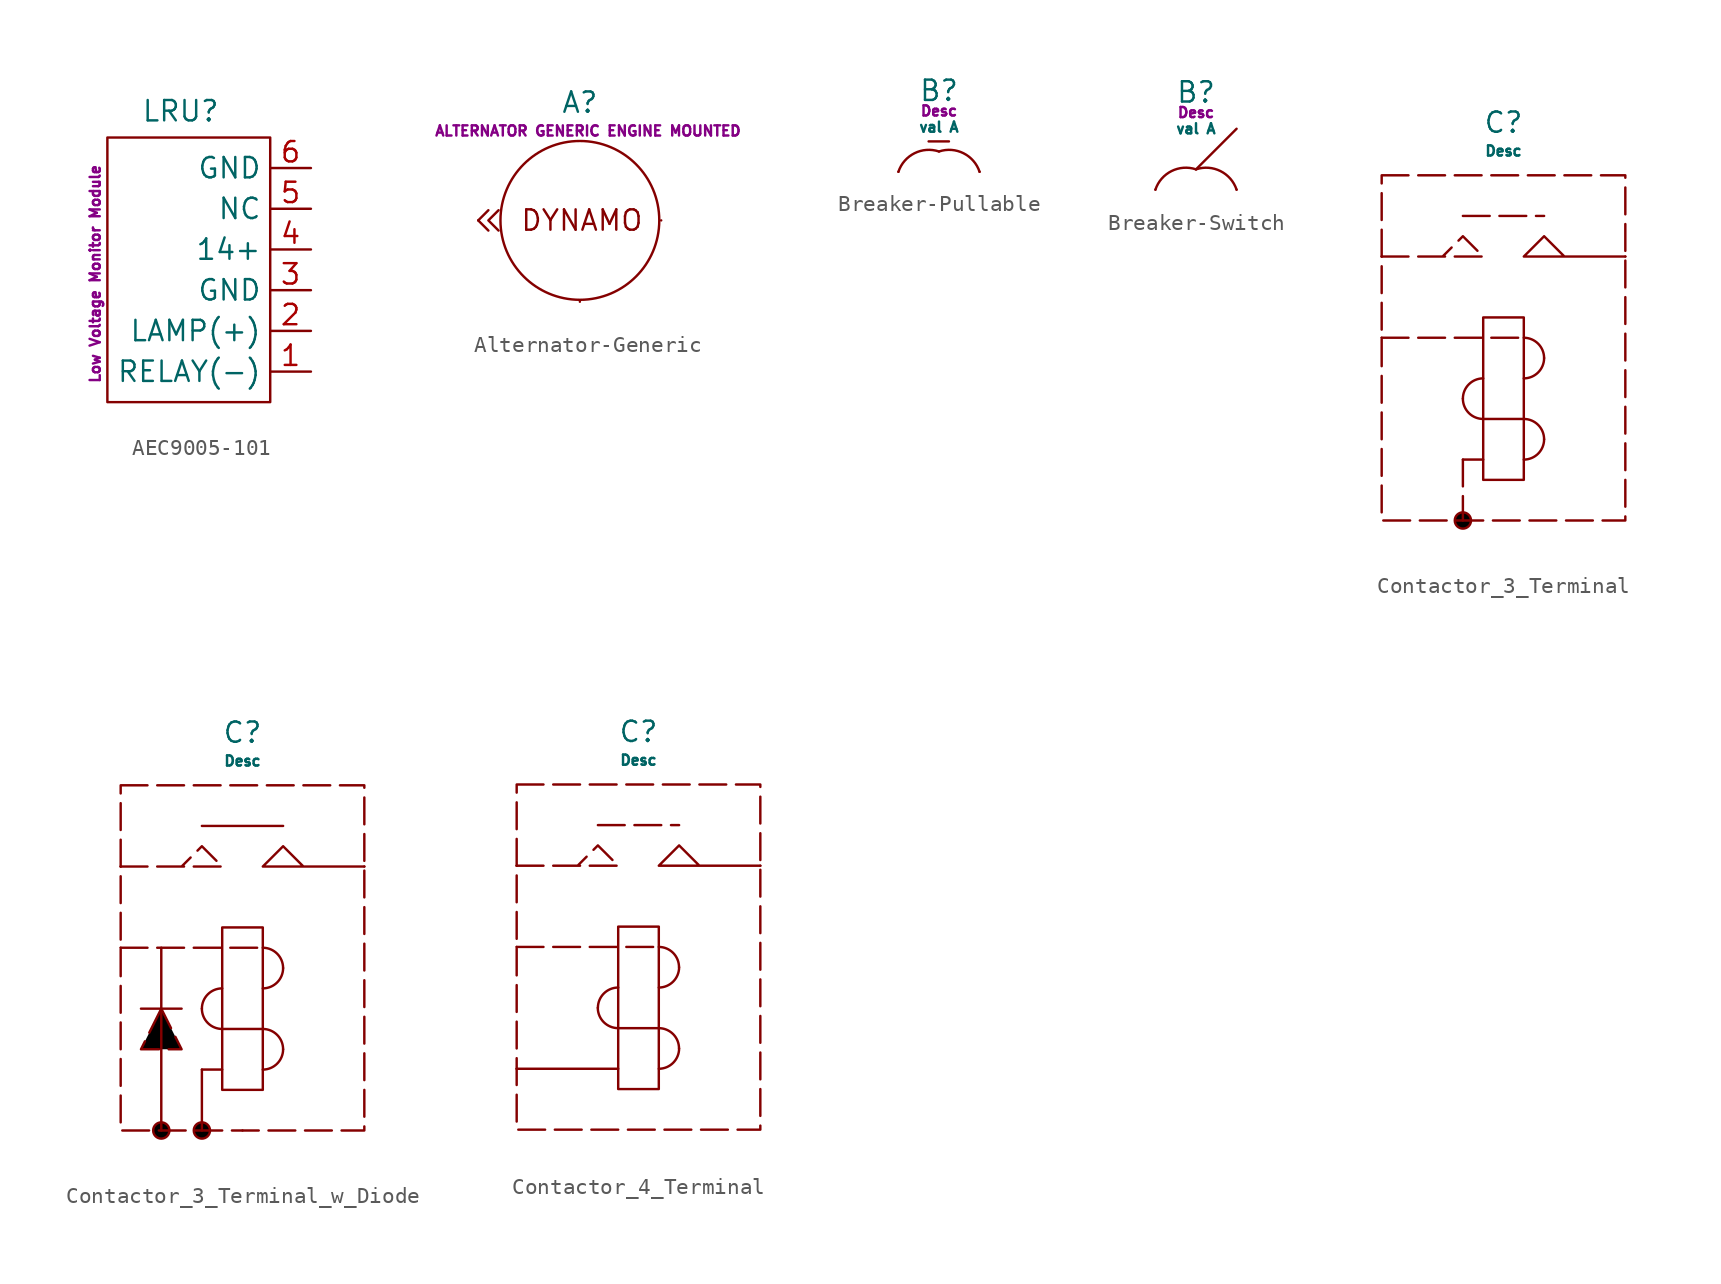
<source format=kicad_sym>
(kicad_symbol_lib
  (version 20231120)
  (generator "kicad_symbol_editor")
  (generator_version "8.0")
  (symbol "AEC9005-101"
    (property "Reference" "LRU"
      (at -0.508 9.906 0)
      (do_not_autoplace)
      (effects (font (size 1.27 1.27))))
    (property "Description" "Low Voltage Monitor Module"
      (at -5.842 -0.254 90)
      (do_not_autoplace)
      (effects (font (size 0.635 0.635))))
    (symbol "AEC9005-101_0_1"
      (rectangle (start -5.08 8.255) (end 5.08 -8.255) (stroke (width 0) (type default)) (fill (type none))))
    (symbol "AEC9005-101_1_1"
      (pin passive line (at 7.62 -6.35 180) (length 2.54) (name "RELAY(-)" (effects (font (size 1.27 1.27)))) (number "1" (effects (font (size 1.27 1.27)))))
      (pin passive line (at 7.62 -3.81 180) (length 2.54) (name "LAMP(+)" (effects (font (size 1.27 1.27)))) (number "2" (effects (font (size 1.27 1.27)))))
      (pin passive line (at 7.62 -1.27 180) (length 2.54) (name "GND" (effects (font (size 1.27 1.27)))) (number "3" (effects (font (size 1.27 1.27)))))
      (pin passive line (at 7.62 1.27 180) (length 2.54) (name "14+" (effects (font (size 1.27 1.27)))) (number "4" (effects (font (size 1.27 1.27)))))
      (pin passive line (at 7.62 3.81 180) (length 2.54) (name "NC" (effects (font (size 1.27 1.27)))) (number "5" (effects (font (size 1.27 1.27)))))
      (pin passive line (at 7.62 6.35 180) (length 2.54) (name "GND" (effects (font (size 1.27 1.27)))) (number "6" (effects (font (size 1.27 1.27)))))))
  (symbol "Alternator-Generic"
    (pin_numbers hide)
    (pin_names hide)
    (property "Reference" "A"
      (at 0 7.366 0)
      (do_not_autoplace)
      (effects (font (size 1.27 1.27))))
    (property "Description" "ALTERNATOR GENERIC ENGINE MOUNTED"
      (at 0.508 5.588 0)
      (do_not_autoplace)
      (effects (font (size 0.635 0.635))))
    (symbol "Alternator-Generic_0_1"
      (polyline (pts (xy -5.715 0.635) (xy -6.35 0) (xy -5.715 -0.635)) (stroke (width 0) (type default)) (fill (type none)))
      (polyline (pts (xy -5.08 0.635) (xy -5.715 0) (xy -5.08 -0.635)) (stroke (width 0) (type default)) (fill (type none))))
    (symbol "Alternator-Generic_1_1"
      (circle (center 0 0) (radius 4.96) (stroke (width 0) (type default)) (fill (type none)))
      (text "DYNAMO" (at 0.127 0 0) (effects (font (size 1.27 1.27))))
      (pin passive line (at -6.35 0 0) (length 0) (name "FIELD" (effects (font (size 1.27 1.27)))) (number "" (effects (font (size 1.27 1.27)))))
      (pin passive line (at 0 -5.08 90) (length 0) (name "GND" (effects (font (size 1.27 1.27)))) (number "" (effects (font (size 1.27 1.27)))))
      (pin passive line (at 5.08 0 180) (length 0) (name "OUTPUT" (effects (font (size 1.27 1.27)))) (number "" (effects (font (size 1.27 1.27)))))))
  (symbol "Breaker-Pullable"
    (pin_numbers hide)
    (pin_names hide)
    (property "Reference" "B"
      (at 0 5.08 0)
      (do_not_autoplace)
      (effects (font (size 1.27 1.27))))
    (property "Value" "val A"
      (at 0 2.794 0)
      (do_not_autoplace)
      (effects (font (size 0.635 0.635))))
    (property "Description" "Desc"
      (at 0 3.81 0)
      (do_not_autoplace)
      (effects (font (size 0.635 0.635))))
    (symbol "Breaker-Pullable_0_1"
      (polyline (pts (xy -0.649 1.902) (xy 0.621 1.902)) (stroke (width 0) (type default)) (fill (type none)))
      (arc (start 0 1.27) (mid -1.533 1.1611) (end -2.54 0) (stroke (width 0) (type default)) (fill (type none)))
      (arc (start 2.54 0) (mid 1.533 1.1611) (end 0 1.27) (stroke (width 0) (type default)) (fill (type none))))
    (symbol "Breaker-Pullable_1_1"
      (pin passive line (at -2.54 0 0) (length 0) (name "Conn" (effects (font (size 1.27 1.27)))) (number "1" (effects (font (size 1.27 1.27)))))
      (pin passive line (at 2.54 0 180) (length 0) (name "" (effects (font (size 1.27 1.27)))) (number "2" (effects (font (size 1.27 1.27)))))))
  (symbol "Breaker-Switch"
    (pin_numbers hide)
    (pin_names hide)
    (property "Reference" "B"
      (at 0 6.096 0)
      (do_not_autoplace)
      (effects (font (size 1.27 1.27))))
    (property "Value" "val A"
      (at 0 3.81 0)
      (do_not_autoplace)
      (effects (font (size 0.635 0.635))))
    (property "Description" "Desc"
      (at 0 4.826 0)
      (do_not_autoplace)
      (effects (font (size 0.635 0.635))))
    (symbol "Breaker-Switch_0_1"
      (polyline (pts (xy 0 1.27) (xy 2.54 3.81)) (stroke (width 0) (type default)) (fill (type none)))
      (arc (start 0 1.27) (mid -1.533 1.1611) (end -2.54 0) (stroke (width 0) (type default)) (fill (type none)))
      (arc (start 2.54 0) (mid 1.533 1.1611) (end 0 1.27) (stroke (width 0) (type default)) (fill (type none))))
    (symbol "Breaker-Switch_1_1"
      (pin passive line (at -2.54 0 0) (length 0) (name "Conn" (effects (font (size 1.27 1.27)))) (number "1" (effects (font (size 1.27 1.27)))))
      (pin passive line (at 2.54 0 180) (length 0) (name "" (effects (font (size 1.27 1.27)))) (number "2" (effects (font (size 1.27 1.27)))))))
  (symbol "Contactor_3_Terminal"
    (property "Reference" "C"
      (at 0 14.732 0)
      (do_not_autoplace)
      (effects (font (size 1.27 1.27))))
    (property "Value" "Desc"
      (at 0 12.954 0)
      (do_not_autoplace)
      (effects (font (size 0.635 0.635))))
    (symbol "Contactor_3_Terminal_1_1"
      (rectangle (start -7.62 11.43) (end 7.62 -10.16) (stroke (width 0) (type dash)) (fill (type none)))
      (circle (center -2.54 -10.16) (radius 0.508) (stroke (width 0) (type default)) (fill (type color) (color 0 0 0 1)))
      (arc (start -2.54 -2.54) (mid -2.168 -3.438) (end -1.27 -3.81) (stroke (width 0) (type default)) (fill (type none)))
      (arc (start -1.27 -1.27) (mid -2.168 -1.642) (end -2.54 -2.54) (stroke (width 0) (type default)) (fill (type none)))
      (rectangle (start -1.27 2.54) (end 1.27 -7.62) (stroke (width 0) (type default)) (fill (type none)))
      (polyline (pts (xy -7.62 1.27) (xy 1.27 1.27)) (stroke (width 0) (type default)) (fill (type none)))
      (polyline (pts (xy -2.54 -6.35) (xy -2.54 -10.16)) (stroke (width 0) (type default)) (fill (type none)))
      (polyline (pts (xy -2.54 8.89) (xy 2.54 8.89)) (stroke (width 0) (type default)) (fill (type none)))
      (polyline (pts (xy -1.27 -6.35) (xy -2.54 -6.35)) (stroke (width 0) (type default)) (fill (type none)))
      (polyline (pts (xy -1.27 -3.81) (xy 1.27 -3.81)) (stroke (width 0) (type default)) (fill (type none)))
      (polyline (pts (xy -7.62 6.35) (xy -1.27 6.35) (xy -2.54 7.62) (xy -3.81 6.35)) (stroke (width 0) (type default)) (fill (type none)))
      (polyline (pts (xy 7.62 6.35) (xy 1.27 6.35) (xy 2.54 7.62) (xy 3.81 6.35)) (stroke (width 0) (type default)) (fill (type none)))
      (arc (start 1.27 -6.35) (mid 2.168 -5.978) (end 2.54 -5.08) (stroke (width 0) (type default)) (fill (type none)))
      (arc (start 1.27 -1.27) (mid 2.168 -0.898) (end 2.54 0) (stroke (width 0) (type default)) (fill (type none)))
      (arc (start 2.54 -5.08) (mid 2.168 -4.182) (end 1.27 -3.81) (stroke (width 0) (type default)) (fill (type none)))
      (arc (start 2.54 0) (mid 2.168 0.898) (end 1.27 1.27) (stroke (width 0) (type default)) (fill (type none)))
      (pin passive line (at -7.62 1.27 0) (length 0) (name "" (effects (font (size 1.27 1.27)))) (number "" (effects (font (size 1.27 1.27)))))
      (pin passive line (at -7.62 6.35 0) (length 0) (name "" (effects (font (size 1.27 1.27)))) (number "" (effects (font (size 1.27 1.27)))))
      (pin passive line (at 7.62 6.35 180) (length 0) (name "" (effects (font (size 1.27 1.27)))) (number "" (effects (font (size 1.27 1.27)))))))
  (symbol "Contactor_3_Terminal_w_Diode"
    (property "Reference" "C"
      (at 0 14.732 0)
      (do_not_autoplace)
      (effects (font (size 1.27 1.27))))
    (property "Value" "Desc"
      (at 0 12.954 0)
      (do_not_autoplace)
      (effects (font (size 0.635 0.635))))
    (symbol "Contactor_3_Terminal_w_Diode_0_1"
      (polyline (pts (xy -6.35 -2.54) (xy -3.81 -2.54)) (stroke (width 0) (type default)) (fill (type none)))
      (polyline (pts (xy -5.08 -10.16) (xy -5.08 1.27)) (stroke (width 0) (type default)) (fill (type none))))
    (symbol "Contactor_3_Terminal_w_Diode_1_1"
      (rectangle (start -7.62 11.43) (end 7.62 -10.16) (stroke (width 0) (type dash)) (fill (type none)))
      (circle (center -5.08 -10.16) (radius 0.508) (stroke (width 0) (type default)) (fill (type color) (color 0 0 0 1)))
      (circle (center -2.54 -10.16) (radius 0.508) (stroke (width 0) (type default)) (fill (type color) (color 0 0 0 1)))
      (arc (start -2.54 -2.54) (mid -2.168 -3.438) (end -1.27 -3.81) (stroke (width 0) (type default)) (fill (type none)))
      (arc (start -1.27 -1.27) (mid -2.168 -1.642) (end -2.54 -2.54) (stroke (width 0) (type default)) (fill (type none)))
      (rectangle (start -1.27 2.54) (end 1.27 -7.62) (stroke (width 0) (type default)) (fill (type none)))
      (polyline (pts (xy -7.62 1.27) (xy 1.27 1.27)) (stroke (width 0) (type default)) (fill (type none)))
      (polyline (pts (xy -2.54 -6.35) (xy -2.54 -10.16)) (stroke (width 0) (type default)) (fill (type none)))
      (polyline (pts (xy -2.54 8.89) (xy 2.54 8.89)) (stroke (width 0) (type default)) (fill (type none)))
      (polyline (pts (xy -1.27 -6.35) (xy -2.54 -6.35)) (stroke (width 0) (type default)) (fill (type none)))
      (polyline (pts (xy -1.27 -3.81) (xy 1.27 -3.81)) (stroke (width 0) (type default)) (fill (type none)))
      (polyline (pts (xy -7.62 6.35) (xy -1.27 6.35) (xy -2.54 7.62) (xy -3.81 6.35)) (stroke (width 0) (type default)) (fill (type none)))
      (polyline (pts (xy -5.08 -2.54) (xy -6.35 -5.08) (xy -3.81 -5.08) (xy -5.08 -2.54)) (stroke (width 0) (type default)) (fill (type color) (color 0 0 0 1)))
      (polyline (pts (xy 7.62 6.35) (xy 1.27 6.35) (xy 2.54 7.62) (xy 3.81 6.35)) (stroke (width 0) (type default)) (fill (type none)))
      (arc (start 1.27 -6.35) (mid 2.168 -5.978) (end 2.54 -5.08) (stroke (width 0) (type default)) (fill (type none)))
      (arc (start 1.27 -1.27) (mid 2.168 -0.898) (end 2.54 0) (stroke (width 0) (type default)) (fill (type none)))
      (arc (start 2.54 -5.08) (mid 2.168 -4.182) (end 1.27 -3.81) (stroke (width 0) (type default)) (fill (type none)))
      (arc (start 2.54 0) (mid 2.168 0.898) (end 1.27 1.27) (stroke (width 0) (type default)) (fill (type none)))
      (pin passive line (at -7.62 1.27 0) (length 0) (name "" (effects (font (size 1.27 1.27)))) (number "" (effects (font (size 1.27 1.27)))))
      (pin passive line (at -7.62 6.35 0) (length 0) (name "" (effects (font (size 1.27 1.27)))) (number "" (effects (font (size 1.27 1.27)))))
      (pin passive line (at 0 -10.16 90) (length 0) (name "" (effects (font (size 0.635 0.635)))) (number "" (effects (font (size 1.27 1.27)))))
      (pin passive line (at 7.62 6.35 180) (length 0) (name "" (effects (font (size 1.27 1.27)))) (number "" (effects (font (size 1.27 1.27)))))))
  (symbol "Contactor_4_Terminal"
    (property "Reference" "C"
      (at 0 14.732 0)
      (do_not_autoplace)
      (effects (font (size 1.27 1.27))))
    (property "Value" "Desc"
      (at 0 12.954 0)
      (do_not_autoplace)
      (effects (font (size 0.635 0.635))))
    (symbol "Contactor_4_Terminal_1_1"
      (rectangle (start -7.62 11.43) (end 7.62 -10.16) (stroke (width 0) (type dash)) (fill (type none)))
      (arc (start -2.54 -2.54) (mid -2.168 -3.438) (end -1.27 -3.81) (stroke (width 0) (type default)) (fill (type none)))
      (arc (start -1.27 -1.27) (mid -2.168 -1.642) (end -2.54 -2.54) (stroke (width 0) (type default)) (fill (type none)))
      (rectangle (start -1.27 2.54) (end 1.27 -7.62) (stroke (width 0) (type default)) (fill (type none)))
      (polyline (pts (xy -7.62 1.27) (xy 1.27 1.27)) (stroke (width 0) (type default)) (fill (type none)))
      (polyline (pts (xy -2.54 8.89) (xy 2.54 8.89)) (stroke (width 0) (type default)) (fill (type none)))
      (polyline (pts (xy -1.27 -6.35) (xy -7.62 -6.35)) (stroke (width 0) (type default)) (fill (type none)))
      (polyline (pts (xy -1.27 -3.81) (xy 1.27 -3.81)) (stroke (width 0) (type default)) (fill (type none)))
      (polyline (pts (xy -7.62 6.35) (xy -1.27 6.35) (xy -2.54 7.62) (xy -3.81 6.35)) (stroke (width 0) (type default)) (fill (type none)))
      (polyline (pts (xy 7.62 6.35) (xy 1.27 6.35) (xy 2.54 7.62) (xy 3.81 6.35)) (stroke (width 0) (type default)) (fill (type none)))
      (arc (start 1.27 -6.35) (mid 2.168 -5.978) (end 2.54 -5.08) (stroke (width 0) (type default)) (fill (type none)))
      (arc (start 1.27 -1.27) (mid 2.168 -0.898) (end 2.54 0) (stroke (width 0) (type default)) (fill (type none)))
      (arc (start 2.54 -5.08) (mid 2.168 -4.182) (end 1.27 -3.81) (stroke (width 0) (type default)) (fill (type none)))
      (arc (start 2.54 0) (mid 2.168 0.898) (end 1.27 1.27) (stroke (width 0) (type default)) (fill (type none)))
      (pin passive line (at -7.62 -6.35 0) (length 0) (name "" (effects (font (size 1.27 1.27)))) (number "" (effects (font (size 1.27 1.27)))))
      (pin passive line (at -7.62 1.27 0) (length 0) (name "" (effects (font (size 1.27 1.27)))) (number "" (effects (font (size 1.27 1.27)))))
      (pin passive line (at -7.62 6.35 0) (length 0) (name "" (effects (font (size 1.27 1.27)))) (number "" (effects (font (size 1.27 1.27)))))
      (pin passive line (at 7.62 6.35 180) (length 0) (name "" (effects (font (size 1.27 1.27)))) (number "" (effects (font (size 1.27 1.27))))))))
</source>
